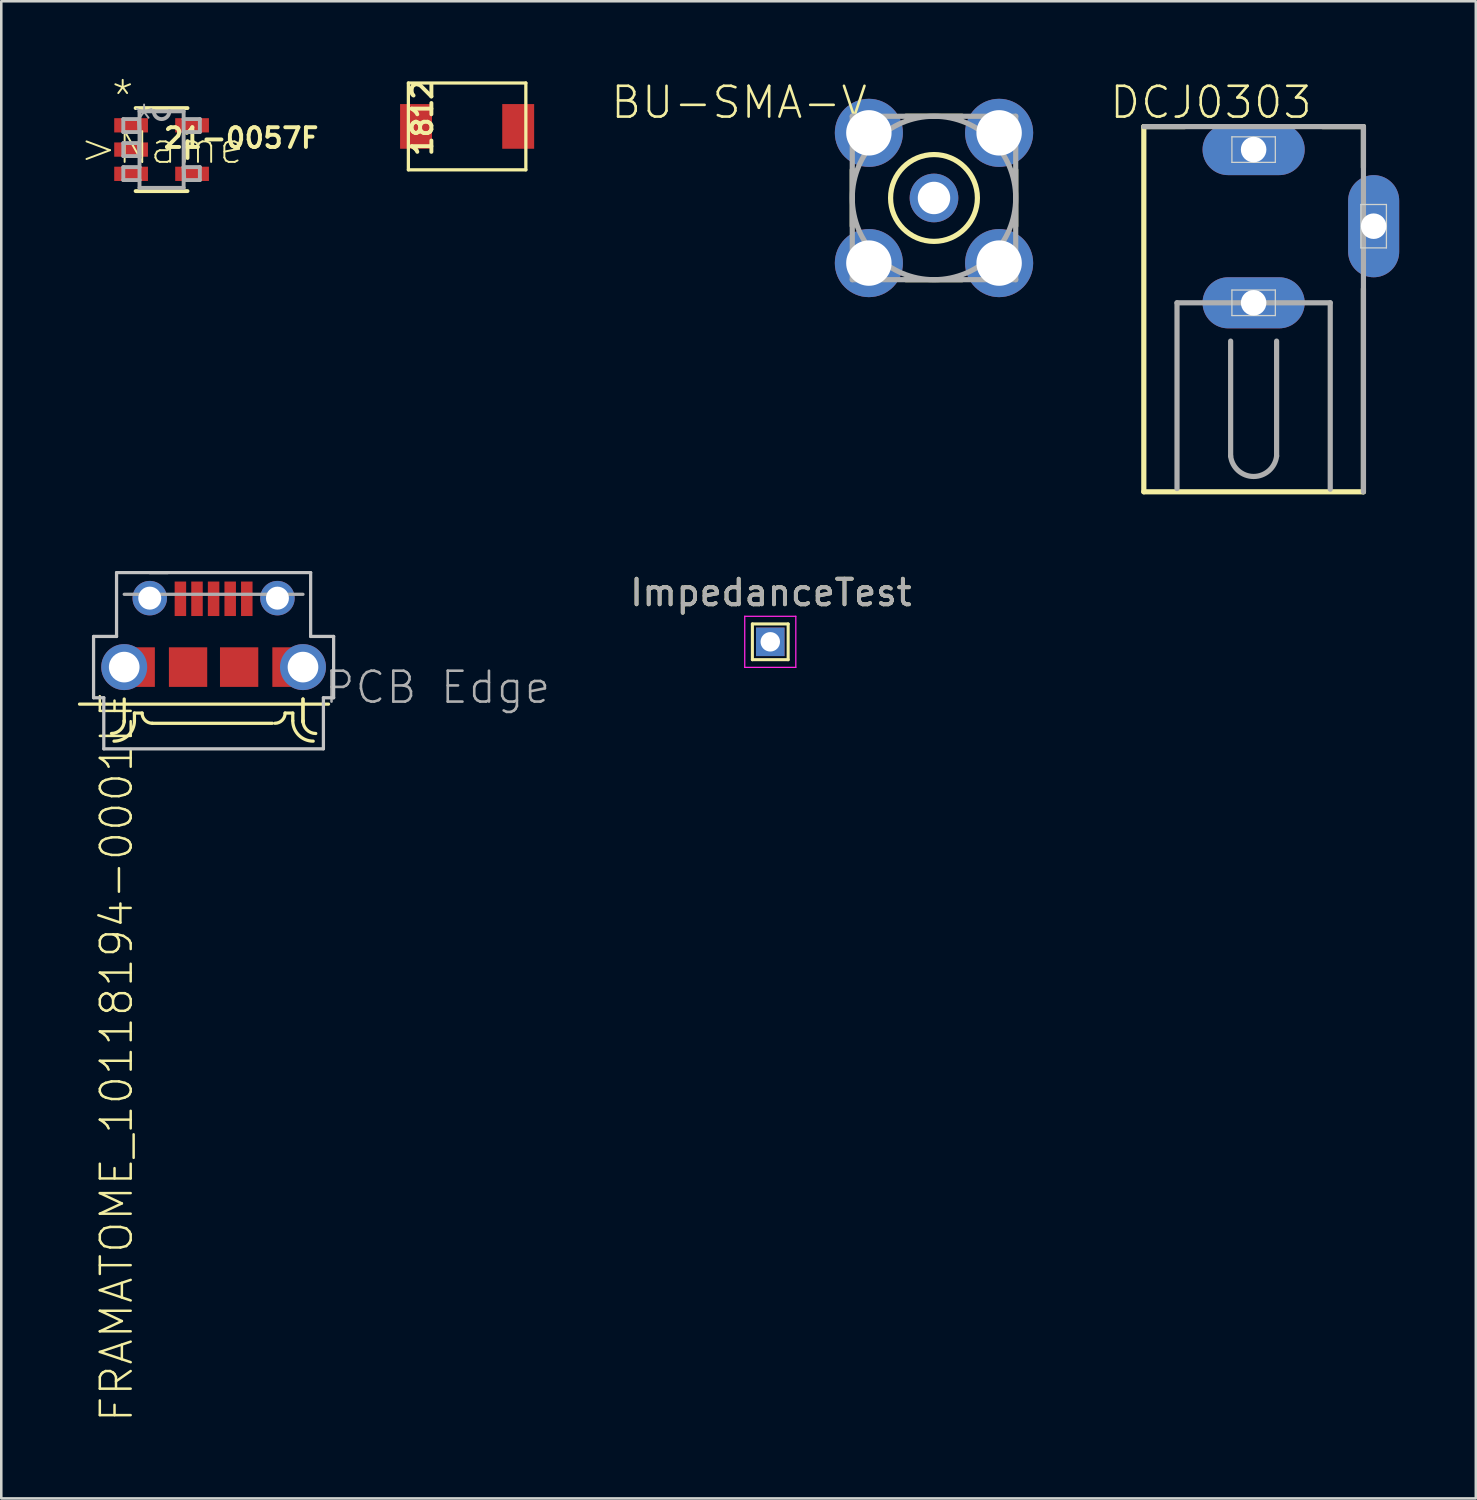
<source format=kicad_pcb>
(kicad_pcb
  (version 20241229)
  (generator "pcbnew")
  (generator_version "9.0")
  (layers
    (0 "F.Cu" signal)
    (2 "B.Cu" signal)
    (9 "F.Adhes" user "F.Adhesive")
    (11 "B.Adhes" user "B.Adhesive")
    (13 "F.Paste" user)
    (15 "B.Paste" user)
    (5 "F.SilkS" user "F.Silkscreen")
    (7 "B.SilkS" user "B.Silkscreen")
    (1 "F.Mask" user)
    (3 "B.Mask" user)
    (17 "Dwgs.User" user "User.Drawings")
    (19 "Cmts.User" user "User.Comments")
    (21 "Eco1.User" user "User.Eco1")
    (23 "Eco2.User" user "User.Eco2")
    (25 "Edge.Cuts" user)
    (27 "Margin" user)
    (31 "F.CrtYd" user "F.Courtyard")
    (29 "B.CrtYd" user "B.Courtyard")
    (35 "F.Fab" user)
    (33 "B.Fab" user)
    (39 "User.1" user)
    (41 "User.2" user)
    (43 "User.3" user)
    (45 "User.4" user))
  (footprint "ImpedanceTest"
    (layer "F.Cu")
    (at 27.112 22.082)
    (property "Reference" "ImpedanceTest" (at 0.025 -1.925 0) (layer "F.SilkS") (effects (font (size 1 1) (thickness 0.15))))
    (attr exclude_from_pos_files exclude_from_bom)
    (fp_line (start -0.7 -0.7) (end 0.7 -0.7) (stroke (width 0.12) (type solid)) (layer "F.SilkS"))
    (fp_line (start -0.7 0.7) (end -0.7 -0.7) (stroke (width 0.12) (type solid)) (layer "F.SilkS"))
    (fp_line (start 0.7 -0.7) (end 0.7 0.7) (stroke (width 0.12) (type solid)) (layer "F.SilkS"))
    (fp_line (start 0.7 0.7) (end -0.7 0.7) (stroke (width 0.12) (type solid)) (layer "F.SilkS"))
    (fp_line (start -1 -1) (end -1 1) (stroke (width 0.05) (type solid)) (layer "F.CrtYd"))
    (fp_line (start -1 -1) (end 1 -1) (stroke (width 0.05) (type solid)) (layer "F.CrtYd"))
    (fp_line (start 1 1) (end -1 1) (stroke (width 0.05) (type solid)) (layer "F.CrtYd"))
    (fp_line (start 1 1) (end 1 -1) (stroke (width 0.05) (type solid)) (layer "F.CrtYd"))
    (fp_text user "${REFERENCE}" (at 0.025 -1.925 0) (layer "F.Fab") (effects (font (size 1 1) (thickness 0.15))))
    (pad "1" thru_hole rect (at 0 0) (size 1.118 1.118) (drill 0.762) (layers "*.Cu" "*.Mask")))
  (footprint "BU-SMA-V"
    (layer "F.Cu")
    (at 33.523 4.702)
    (property "Reference" "BU-SMA-V" (at -2.54 -4.445 0) (layer "F.SilkS") (effects (font (size 1.206 1.206) (thickness 0.102)) (justify right top)))
    (attr through_hole)
    (fp_line (start -3.2 1.1) (end -3.2 -1.1) (stroke (width 0.203) (type solid)) (layer "F.SilkS"))
    (fp_line (start -1.1 -3.2) (end 1.1 -3.2) (stroke (width 0.203) (type solid)) (layer "F.SilkS"))
    (fp_line (start 1.1 3.2) (end -1.1 3.2) (stroke (width 0.203) (type solid)) (layer "F.SilkS"))
    (fp_line (start 3.2 -1.1) (end 3.2 1.1) (stroke (width 0.203) (type solid)) (layer "F.SilkS"))
    (fp_circle (center 0 0) (end 1.7 0) (stroke (width 0.203) (type solid)) (fill no) (layer "F.SilkS"))
    (fp_line (start -3.2 3.2) (end -3.2 -3.2) (stroke (width 0.203) (type solid)) (layer "F.Fab"))
    (fp_line (start -3.2 -3.2) (end 3.2 -3.2) (stroke (width 0.203) (type solid)) (layer "F.Fab"))
    (fp_line (start 3.2 3.2) (end -3.2 3.2) (stroke (width 0.203) (type solid)) (layer "F.Fab"))
    (fp_line (start 3.2 -3.2) (end 3.2 3.2) (stroke (width 0.203) (type solid)) (layer "F.Fab"))
    (fp_circle (center 0 0) (end 3.2 0) (stroke (width 0.203) (type solid)) (fill no) (layer "F.Fab"))
    (pad "1" thru_hole circle (at 0 0) (size 1.905 1.905) (drill 1.27) (layers "*.Cu" "*.Mask"))
    (pad "2" thru_hole circle (at -2.55 -2.55) (size 2.667 2.667) (drill 1.778) (layers "*.Cu" "*.Mask"))
    (pad "3" thru_hole circle (at 2.55 -2.55) (size 2.667 2.667) (drill 1.778) (layers "*.Cu" "*.Mask"))
    (pad "4" thru_hole circle (at 2.55 2.55) (size 2.667 2.667) (drill 1.778) (layers "*.Cu" "*.Mask"))
    (pad "5" thru_hole circle (at -2.55 2.55) (size 2.667 2.667) (drill 1.778) (layers "*.Cu" "*.Mask")))
  (footprint "1812"
    (layer "F.Cu")
    (at 15.241 1.9)
    (property "Reference" "1812" (at -2.2 -1.9 270) (layer "F.SilkS") (effects (font (size 0.772 0.772) (thickness 0.154)) (justify right top)))
    (attr through_hole)
    (fp_line (start -2.3 -1.7) (end -2.3 1.7) (stroke (width 0.127) (type solid)) (layer "F.SilkS"))
    (fp_line (start -2.3 1.7) (end 2.3 1.7) (stroke (width 0.127) (type solid)) (layer "F.SilkS"))
    (fp_line (start 2.3 -1.7) (end -2.3 -1.7) (stroke (width 0.127) (type solid)) (layer "F.SilkS"))
    (fp_line (start 2.3 1.7) (end 2.3 -1.7) (stroke (width 0.127) (type solid)) (layer "F.SilkS"))
    (pad "P$1" smd rect (at -2 0) (size 1.25 1.75) (layers "F.Cu" "F.Mask" "F.Paste"))
    (pad "P$2" smd rect (at 2 0) (size 1.25 1.75) (layers "F.Cu" "F.Mask" "F.Paste")))
  (footprint "21-0057F"
    (layer "F.Cu")
    (at 3.277 2.807)
    (property "Reference" "21-0057F" (at 0 0 0) (layer "F.SilkS") (effects (font (size 0.772 0.772) (thickness 0.154)) (justify left bottom)))
    (attr through_hole)
    (fp_line (start -1.016 1.626) (end 1.016 1.626) (stroke (width 0.152) (type solid)) (layer "F.SilkS"))
    (fp_line (start 1.016 -1.626) (end -1.016 -1.626) (stroke (width 0.152) (type solid)) (layer "F.SilkS"))
    (fp_line (start 1.016 0.33) (end 1.016 -0.33) (stroke (width 0.152) (type solid)) (layer "F.SilkS"))
    (fp_line (start -1.499 -1.194) (end -1.499 -0.686) (stroke (width 0.152) (type solid)) (layer "F.Fab"))
    (fp_line (start -1.499 -0.686) (end -0.864 -0.686) (stroke (width 0.152) (type solid)) (layer "F.Fab"))
    (fp_line (start -1.499 -0.254) (end -1.499 0.254) (stroke (width 0.152) (type solid)) (layer "F.Fab"))
    (fp_line (start -1.499 0.254) (end -0.864 0.254) (stroke (width 0.152) (type solid)) (layer "F.Fab"))
    (fp_line (start -1.499 0.686) (end -1.499 1.194) (stroke (width 0.152) (type solid)) (layer "F.Fab"))
    (fp_line (start -1.499 1.194) (end -0.864 1.194) (stroke (width 0.152) (type solid)) (layer "F.Fab"))
    (fp_line (start -0.889 -1.194) (end -1.499 -1.194) (stroke (width 0.152) (type solid)) (layer "F.Fab"))
    (fp_line (start -0.889 -0.254) (end -1.499 -0.254) (stroke (width 0.152) (type solid)) (layer "F.Fab"))
    (fp_line (start -0.864 -1.499) (end -0.864 -0.686) (stroke (width 0.152) (type solid)) (layer "F.Fab"))
    (fp_line (start -0.864 -0.686) (end -0.889 -1.194) (stroke (width 0.152) (type solid)) (layer "F.Fab"))
    (fp_line (start -0.864 -0.686) (end -0.864 0.254) (stroke (width 0.152) (type solid)) (layer "F.Fab"))
    (fp_line (start -0.864 0.254) (end -0.889 -0.254) (stroke (width 0.152) (type solid)) (layer "F.Fab"))
    (fp_line (start -0.864 0.254) (end -0.864 0.686) (stroke (width 0.152) (type solid)) (layer "F.Fab"))
    (fp_line (start -0.864 0.686) (end -1.499 0.686) (stroke (width 0.152) (type solid)) (layer "F.Fab"))
    (fp_line (start -0.864 1.194) (end -0.864 0.686) (stroke (width 0.152) (type solid)) (layer "F.Fab"))
    (fp_line (start -0.864 1.499) (end -0.864 1.194) (stroke (width 0.152) (type solid)) (layer "F.Fab"))
    (fp_line (start -0.864 1.499) (end 0.864 1.499) (stroke (width 0.152) (type solid)) (layer "F.Fab"))
    (fp_line (start -0.305 -1.499) (end -0.864 -1.499) (stroke (width 0.152) (type solid)) (layer "F.Fab"))
    (fp_line (start 0.305 -1.499) (end -0.305 -1.499) (stroke (width 0.152) (type solid)) (layer "F.Fab"))
    (fp_line (start 0.864 -1.499) (end 0.305 -1.499) (stroke (width 0.152) (type solid)) (layer "F.Fab"))
    (fp_line (start 0.864 -1.499) (end 0.864 -1.194) (stroke (width 0.152) (type solid)) (layer "F.Fab"))
    (fp_line (start 0.864 -1.194) (end 0.864 -0.686) (stroke (width 0.152) (type solid)) (layer "F.Fab"))
    (fp_line (start 0.864 -0.686) (end 1.499 -0.686) (stroke (width 0.152) (type solid)) (layer "F.Fab"))
    (fp_line (start 0.864 0.686) (end 0.864 -0.686) (stroke (width 0.152) (type solid)) (layer "F.Fab"))
    (fp_line (start 0.864 0.686) (end 0.889 1.194) (stroke (width 0.152) (type solid)) (layer "F.Fab"))
    (fp_line (start 0.864 1.499) (end 0.864 0.686) (stroke (width 0.152) (type solid)) (layer "F.Fab"))
    (fp_line (start 0.889 1.194) (end 1.499 1.194) (stroke (width 0.152) (type solid)) (layer "F.Fab"))
    (fp_line (start 1.499 -1.194) (end 0.864 -1.194) (stroke (width 0.152) (type solid)) (layer "F.Fab"))
    (fp_line (start 1.499 -0.686) (end 1.499 -1.194) (stroke (width 0.152) (type solid)) (layer "F.Fab"))
    (fp_line (start 1.499 0.686) (end 0.864 0.686) (stroke (width 0.152) (type solid)) (layer "F.Fab"))
    (fp_line (start 1.499 1.194) (end 1.499 0.686) (stroke (width 0.152) (type solid)) (layer "F.Fab"))
    (fp_arc (start 0.3048 -1.4986) (mid 0 -1.1938) (end -0.3048 -1.4986) (stroke (width 0.1524) (type solid)) (layer "F.Fab"))
    (fp_text user "*" (at -2.032 -1.372 0) (layer "F.SilkS") (effects (font (size 1.206 1.206) (thickness 0.076)) (justify left bottom)))
    (fp_text user ">Name" (at -3.277 0.635 0) (layer "F.SilkS") (effects (font (size 1.206 1.206) (thickness 0.076)) (justify left bottom)))
    (fp_text user "*" (at -1.194 -0.406 0) (layer "F.Fab") (effects (font (size 1.206 1.206) (thickness 0.076)) (justify left bottom)))
    (pad "1" smd rect (at -1.194 -0.95) (size 1.321 0.559) (layers "F.Cu" "F.Mask" "F.Paste"))
    (pad "2" smd rect (at -1.194 0) (size 1.321 0.559) (layers "F.Cu" "F.Mask" "F.Paste"))
    (pad "3" smd rect (at -1.194 0.95) (size 1.321 0.559) (layers "F.Cu" "F.Mask" "F.Paste"))
    (pad "4" smd rect (at 1.194 0.95) (size 1.321 0.559) (layers "F.Cu" "F.Mask" "F.Paste"))
    (pad "5" smd rect (at 1.194 -0.95) (size 1.321 0.559) (layers "F.Cu" "F.Mask" "F.Paste")))
  (footprint "DCJ0303"
    (layer "F.Cu")
    (at 46.039 5.807)
    (property "Reference" "DCJ0303" (at 2.36 -5.55 0) (layer "F.SilkS") (effects (font (size 1.206 1.206) (thickness 0.102)) (justify right top)))
    (attr through_hole)
    (fp_line (start -4.3 -3.9) (end -4.3 10.4) (stroke (width 0.203) (type solid)) (layer "F.SilkS"))
    (fp_line (start -4.3 10.4) (end 4.3 10.4) (stroke (width 0.203) (type solid)) (layer "F.SilkS"))
    (fp_line (start -2.7 -3.9) (end -4.3 -3.9) (stroke (width 0.203) (type solid)) (layer "F.SilkS"))
    (fp_line (start 4.3 -3.9) (end 2.7 -3.9) (stroke (width 0.203) (type solid)) (layer "F.SilkS"))
    (fp_line (start 4.3 -2.3) (end 4.3 -3.9) (stroke (width 0.203) (type solid)) (layer "F.SilkS"))
    (fp_line (start 4.3 10.4) (end 4.3 2.45) (stroke (width 0.203) (type solid)) (layer "F.SilkS"))
    (fp_line (start -0.85 -3.5) (end 0.85 -3.5) (stroke (width 0.05) (type solid)) (layer "Edge.Cuts"))
    (fp_line (start -0.85 -2.5) (end -0.85 -3.5) (stroke (width 0.05) (type solid)) (layer "Edge.Cuts"))
    (fp_line (start -0.85 2.5) (end 0.85 2.5) (stroke (width 0.05) (type solid)) (layer "Edge.Cuts"))
    (fp_line (start -0.85 3.5) (end -0.85 2.5) (stroke (width 0.05) (type solid)) (layer "Edge.Cuts"))
    (fp_line (start 0.85 -3.5) (end 0.85 -2.5) (stroke (width 0.05) (type solid)) (layer "Edge.Cuts"))
    (fp_line (start 0.85 -2.5) (end -0.85 -2.5) (stroke (width 0.05) (type solid)) (layer "Edge.Cuts"))
    (fp_line (start 0.85 2.5) (end 0.85 3.5) (stroke (width 0.05) (type solid)) (layer "Edge.Cuts"))
    (fp_line (start 0.85 3.5) (end -0.85 3.5) (stroke (width 0.05) (type solid)) (layer "Edge.Cuts"))
    (fp_line (start 4.2 -0.85) (end 4.2 0.85) (stroke (width 0.05) (type solid)) (layer "Edge.Cuts"))
    (fp_line (start 4.2 0.85) (end 5.2 0.85) (stroke (width 0.05) (type solid)) (layer "Edge.Cuts"))
    (fp_line (start 5.2 -0.85) (end 4.2 -0.85) (stroke (width 0.05) (type solid)) (layer "Edge.Cuts"))
    (fp_line (start 5.2 0.85) (end 5.2 -0.85) (stroke (width 0.05) (type solid)) (layer "Edge.Cuts"))
    (fp_line (start -3 10.275) (end -3 3) (stroke (width 0.203) (type solid)) (layer "F.Fab"))
    (fp_line (start -0.9 9) (end -0.9 4.5) (stroke (width 0.203) (type solid)) (layer "F.Fab"))
    (fp_line (start 0.9 9) (end 0.9 4.5) (stroke (width 0.203) (type solid)) (layer "F.Fab"))
    (fp_line (start 3 3) (end -3 3) (stroke (width 0.203) (type solid)) (layer "F.Fab"))
    (fp_line (start 3 10.3) (end 3 3) (stroke (width 0.203) (type solid)) (layer "F.Fab"))
    (fp_line (start 4.3 -3.9) (end -4.3 -3.9) (stroke (width 0.203) (type solid)) (layer "F.Fab"))
    (fp_line (start 4.3 10.4) (end 4.3 -3.9) (stroke (width 0.203) (type solid)) (layer "F.Fab"))
    (fp_arc (start 0.9 8.999998) (mid 0.000001 9.800308) (end -0.9 9) (stroke (width 0.2032) (type solid)) (layer "F.Fab"))
    (pad "1" thru_hole oval (at 0 -3 180) (size 4 2) (drill 1) (layers "*.Cu" "*.Mask"))
    (pad "2" thru_hole oval (at 4.7 0 90) (size 4 2) (drill 1) (layers "*.Cu" "*.Mask"))
    (pad "3" thru_hole oval (at 0 3 180) (size 4 2) (drill 1) (layers "*.Cu" "*.Mask")))
  (footprint "FRAMATOME_10118194-0001LF"
    (layer "F.Cu")
    (at 5.314 23.072)
    (property "Reference" "FRAMATOME_10118194-0001LF" (at -4.508 0.902 270) (layer "F.SilkS") (effects (font (size 1.209 1.209) (thickness 0.097)) (justify right top)))
    (attr through_hole)
    (fp_line (start -5.25 1.45) (end 4.5 1.45) (stroke (width 0.127) (type solid)) (layer "F.SilkS"))
    (fp_line (start -3.5 1.25) (end -3.5 2.1) (stroke (width 0.127) (type solid)) (layer "F.SilkS"))
    (fp_line (start -3.5 2.1) (end -3.5 2.15) (stroke (width 0.127) (type solid)) (layer "F.SilkS"))
    (fp_line (start -3.1 1.8) (end -2.8 1.8) (stroke (width 0.127) (type solid)) (layer "F.SilkS"))
    (fp_line (start -3.1 2.1) (end -3.1 1.8) (stroke (width 0.127) (type solid)) (layer "F.SilkS"))
    (fp_line (start -2.4 2.2) (end 2.3 2.2) (stroke (width 0.127) (type solid)) (layer "F.SilkS"))
    (fp_line (start 3.1 1.8) (end 2.8 1.8) (stroke (width 0.127) (type solid)) (layer "F.SilkS"))
    (fp_line (start 3.1 2.1) (end 3.1 1.8) (stroke (width 0.127) (type solid)) (layer "F.SilkS"))
    (fp_line (start 3.5 1.25) (end 3.5 2.1) (stroke (width 0.127) (type solid)) (layer "F.SilkS"))
    (fp_line (start 3.5 1.25) (end 3.5 2.15) (stroke (width 0.127) (type solid)) (layer "F.SilkS"))
    (fp_line (start 3.5 2.1) (end 3.5 2.15) (stroke (width 0.127) (type solid)) (layer "F.SilkS"))
    (fp_arc (start -3.5 2.1) (mid -3.646447 2.453553) (end -4 2.6) (stroke (width 0.127) (type solid)) (layer "F.SilkS"))
    (fp_arc (start -3.1 2.1) (mid -3.334315 2.665685) (end -3.9 2.9) (stroke (width 0.127) (type solid)) (layer "F.SilkS"))
    (fp_arc (start -2.4 2.2) (mid -2.682843 2.082843) (end -2.8 1.8) (stroke (width 0.127) (type solid)) (layer "F.SilkS"))
    (fp_arc (start 2.8 1.8) (mid 2.682843 2.082843) (end 2.4 2.2) (stroke (width 0.127) (type solid)) (layer "F.SilkS"))
    (fp_arc (start 3.9 2.9) (mid 3.334315 2.665685) (end 3.1 2.1) (stroke (width 0.127) (type solid)) (layer "F.SilkS"))
    (fp_arc (start 4 2.6) (mid 3.646447 2.453553) (end 3.5 2.1) (stroke (width 0.127) (type solid)) (layer "F.SilkS"))
    (fp_line (start -4.7 -1.2) (end -3.8 -1.2) (stroke (width 0.127) (type solid)) (layer "Dwgs.User"))
    (fp_line (start -4.7 1.2) (end -4.7 -1.2) (stroke (width 0.127) (type solid)) (layer "Dwgs.User"))
    (fp_line (start -4.3 1.2) (end -4.7 1.2) (stroke (width 0.127) (type solid)) (layer "Dwgs.User"))
    (fp_line (start -4.3 3.2) (end -4.3 1.2) (stroke (width 0.127) (type solid)) (layer "Dwgs.User"))
    (fp_line (start -3.8 -3.7) (end -1.8 -3.7) (stroke (width 0.127) (type solid)) (layer "Dwgs.User"))
    (fp_line (start -3.8 -1.2) (end -3.8 -3.7) (stroke (width 0.127) (type solid)) (layer "Dwgs.User"))
    (fp_line (start -2.5 -3.7) (end 3.8 -3.7) (stroke (width 0.127) (type solid)) (layer "Dwgs.User"))
    (fp_line (start 3.8 -3.7) (end 3.8 -1.2) (stroke (width 0.127) (type solid)) (layer "Dwgs.User"))
    (fp_line (start 3.8 -1.2) (end 4.7 -1.2) (stroke (width 0.127) (type solid)) (layer "Dwgs.User"))
    (fp_line (start 4.3 1.2) (end 4.3 3.2) (stroke (width 0.127) (type solid)) (layer "Dwgs.User"))
    (fp_line (start 4.3 3.2) (end -4.3 3.2) (stroke (width 0.127) (type solid)) (layer "Dwgs.User"))
    (fp_line (start 4.7 -1.2) (end 4.7 1.2) (stroke (width 0.127) (type solid)) (layer "Dwgs.User"))
    (fp_line (start 4.7 1.2) (end 4.3 1.2) (stroke (width 0.127) (type solid)) (layer "Dwgs.User"))
    (fp_line (start -3.5 -2.85) (end 3.5 -2.85) (stroke (width 0.127) (type solid)) (layer "F.Fab"))
    (fp_text user "PCB Edge" (at 4.262 1.504 0) (layer "F.Fab") (effects (font (size 1.21 1.21) (thickness 0.102)) (justify left bottom)))
    (pad "1" smd rect (at -1.3 -2.675 180) (size 0.45 1.35) (layers "F.Cu" "F.Mask" "F.Paste"))
    (pad "2" smd rect (at -0.65 -2.675 180) (size 0.45 1.35) (layers "F.Cu" "F.Mask" "F.Paste"))
    (pad "3" smd rect (at 0 -2.675 180) (size 0.45 1.35) (layers "F.Cu" "F.Mask" "F.Paste"))
    (pad "4" smd rect (at 0.65 -2.675 180) (size 0.45 1.35) (layers "F.Cu" "F.Mask" "F.Paste"))
    (pad "5" smd rect (at 1.3 -2.675 180) (size 0.45 1.35) (layers "F.Cu" "F.Mask" "F.Paste"))
    (pad "P$6" thru_hole circle (at -2.5 -2.7) (size 1.35 1.35) (drill 0.9) (layers "*.Cu" "*.Mask"))
    (pad "P$7" thru_hole circle (at 2.5 -2.7) (size 1.35 1.35) (drill 0.9) (layers "*.Cu" "*.Mask"))
    (pad "P$8" thru_hole circle (at -3.5 0) (size 1.8 1.8) (drill 1.2) (layers "*.Cu" "*.Mask"))
    (pad "P$9" thru_hole circle (at 3.5 0) (size 1.8 1.8) (drill 1.2) (layers "*.Cu" "*.Mask"))
    (pad "P$10" smd rect (at -1 0) (size 1.5 1.55) (layers "F.Cu" "F.Mask" "F.Paste"))
    (pad "P$11" smd rect (at 1 0) (size 1.5 1.55) (layers "F.Cu" "F.Mask" "F.Paste"))
    (pad "P$12" smd rect (at -3.05 0) (size 1.5 1.55) (layers "F.Cu" "F.Mask" "F.Paste"))
    (pad "P$13" smd rect (at 3.05 0) (size 1.5 1.55) (layers "F.Cu" "F.Mask" "F.Paste")))
  (gr_rect
    (start -3 -3)
    (end 54.739 55.625)
    (stroke (width 0.1) (type default))
    (fill no)
    (layer "Edge.Cuts")))
</source>
